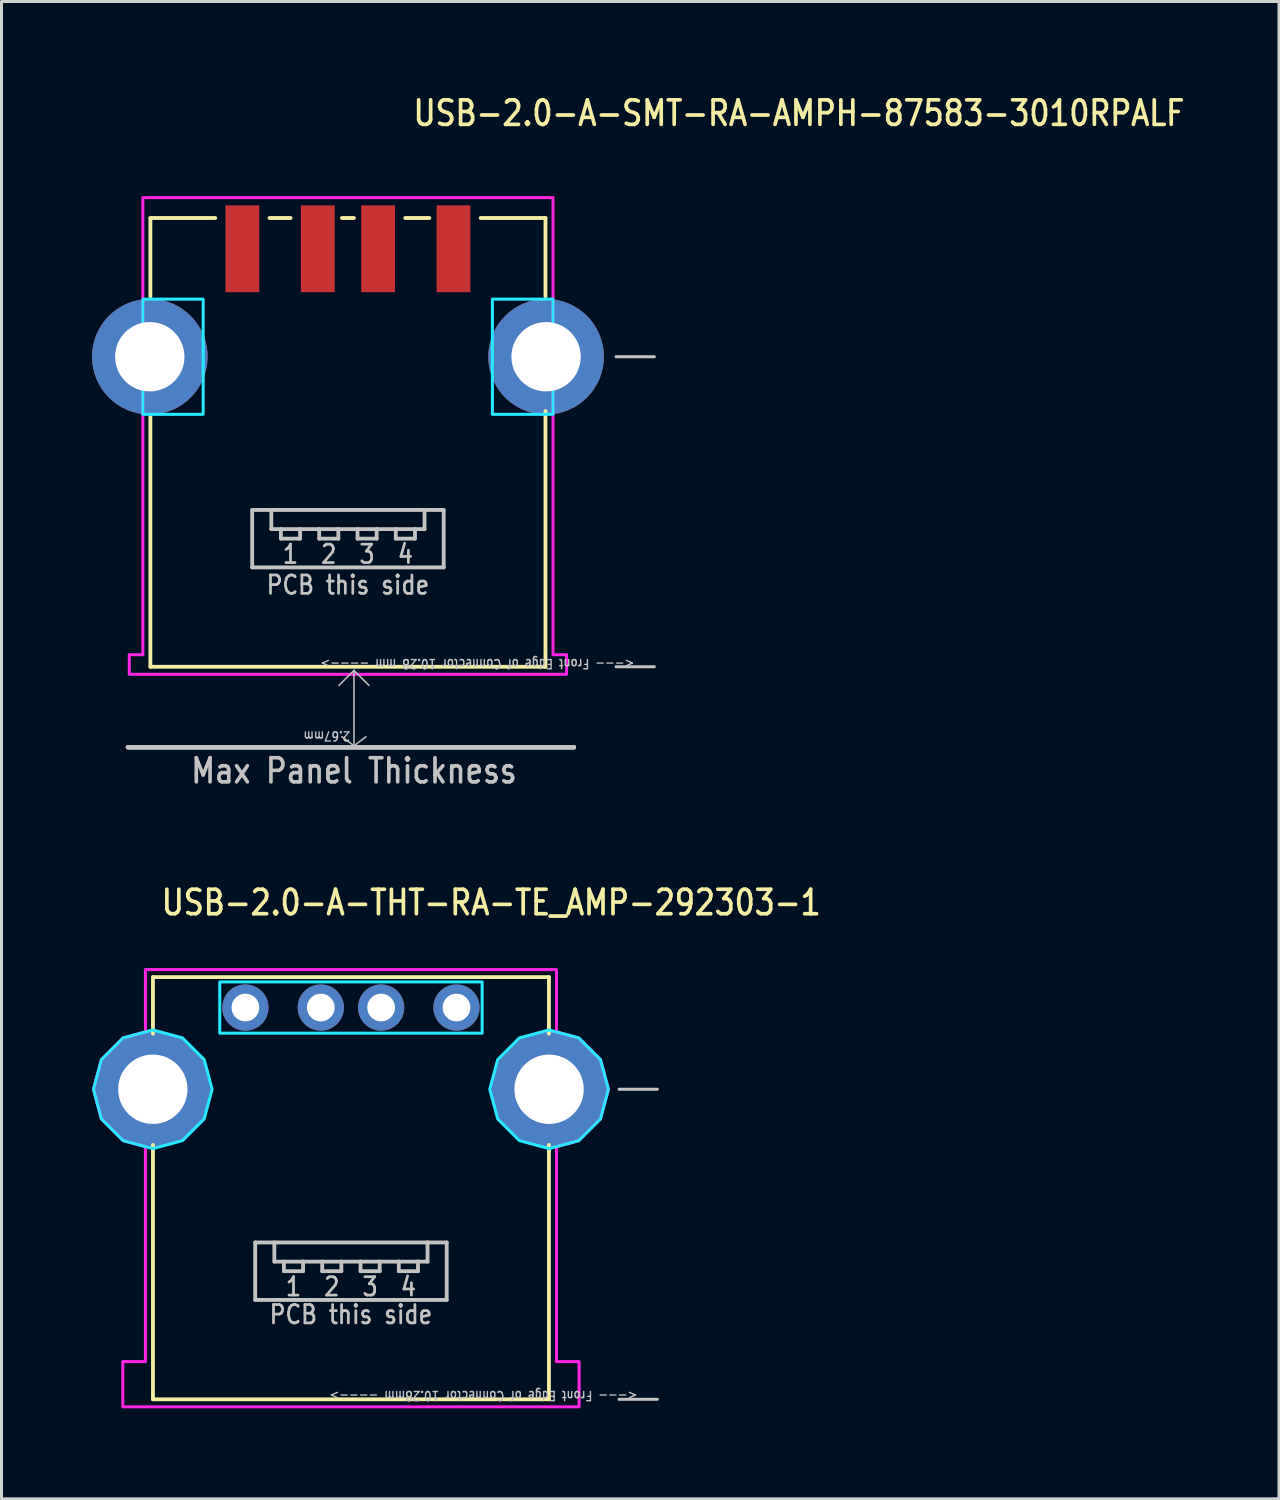
<source format=kicad_pcb>
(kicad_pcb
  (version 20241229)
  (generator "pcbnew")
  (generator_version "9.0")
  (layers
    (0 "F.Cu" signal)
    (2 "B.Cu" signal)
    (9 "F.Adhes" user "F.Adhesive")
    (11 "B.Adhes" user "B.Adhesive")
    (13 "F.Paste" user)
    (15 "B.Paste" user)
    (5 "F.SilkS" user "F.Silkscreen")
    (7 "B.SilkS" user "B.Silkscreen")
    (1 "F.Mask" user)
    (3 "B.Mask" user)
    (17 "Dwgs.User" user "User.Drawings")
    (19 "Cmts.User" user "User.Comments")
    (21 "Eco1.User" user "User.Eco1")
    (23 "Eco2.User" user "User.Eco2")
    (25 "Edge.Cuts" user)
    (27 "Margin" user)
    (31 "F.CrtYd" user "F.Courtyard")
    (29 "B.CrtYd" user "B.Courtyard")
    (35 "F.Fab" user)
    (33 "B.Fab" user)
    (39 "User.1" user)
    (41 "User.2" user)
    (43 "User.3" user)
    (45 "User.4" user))
  (footprint "USB-2.0-A-THT-RA-TE_AMP-292303-1"
    (layer "F.Cu")
    (at 8.587 33.069)
    (property "Reference" "USB-2.0-A-THT-RA-TE_AMP-292303-1" (at -6.35 -5.715 0) (unlocked yes) (layer "F.SilkS") (effects (font (size 0.813 0.695) (thickness 0.122)) (justify left bottom)))
    (fp_line (start -6.565 -3.72) (end 6.565 -3.72) (stroke (width 0.127) (type solid)) (layer "F.SilkS"))
    (fp_line (start -6.565 -1.844) (end -6.565 -3.72) (stroke (width 0.127) (type solid)) (layer "F.SilkS"))
    (fp_line (start -6.565 1.844) (end -6.565 10.28) (stroke (width 0.127) (type solid)) (layer "F.SilkS"))
    (fp_line (start -6.565 10.28) (end 6.565 10.28) (stroke (width 0.127) (type solid)) (layer "F.SilkS"))
    (fp_line (start 6.565 -3.72) (end 6.565 -1.844) (stroke (width 0.127) (type solid)) (layer "F.SilkS"))
    (fp_line (start 6.565 1.844) (end 6.565 10.28) (stroke (width 0.127) (type solid)) (layer "F.SilkS"))
    (fp_line (start -3.175 5.08) (end -2.54 5.08) (stroke (width 0.127) (type solid)) (layer "Dwgs.User"))
    (fp_line (start -3.175 6.985) (end -3.175 5.08) (stroke (width 0.127) (type solid)) (layer "Dwgs.User"))
    (fp_line (start -2.54 5.08) (end -2.54 5.715) (stroke (width 0.127) (type solid)) (layer "Dwgs.User"))
    (fp_line (start -2.54 5.08) (end 2.54 5.08) (stroke (width 0.127) (type solid)) (layer "Dwgs.User"))
    (fp_line (start -2.54 5.715) (end -2.223 5.715) (stroke (width 0.127) (type solid)) (layer "Dwgs.User"))
    (fp_line (start -2.223 5.715) (end -2.223 6.032) (stroke (width 0.127) (type solid)) (layer "Dwgs.User"))
    (fp_line (start -2.223 5.715) (end -1.587 5.715) (stroke (width 0.127) (type solid)) (layer "Dwgs.User"))
    (fp_line (start -2.223 6.032) (end -1.587 6.032) (stroke (width 0.127) (type solid)) (layer "Dwgs.User"))
    (fp_line (start -1.587 5.715) (end -0.953 5.715) (stroke (width 0.127) (type solid)) (layer "Dwgs.User"))
    (fp_line (start -1.587 6.032) (end -1.587 5.715) (stroke (width 0.127) (type solid)) (layer "Dwgs.User"))
    (fp_line (start -0.953 5.715) (end -0.953 6.032) (stroke (width 0.127) (type solid)) (layer "Dwgs.User"))
    (fp_line (start -0.953 5.715) (end -0.318 5.715) (stroke (width 0.127) (type solid)) (layer "Dwgs.User"))
    (fp_line (start -0.953 6.032) (end -0.318 6.032) (stroke (width 0.127) (type solid)) (layer "Dwgs.User"))
    (fp_line (start -0.318 5.715) (end 0.318 5.715) (stroke (width 0.127) (type solid)) (layer "Dwgs.User"))
    (fp_line (start -0.318 6.032) (end -0.318 5.715) (stroke (width 0.127) (type solid)) (layer "Dwgs.User"))
    (fp_line (start 0.318 5.715) (end 0.318 6.032) (stroke (width 0.127) (type solid)) (layer "Dwgs.User"))
    (fp_line (start 0.318 5.715) (end 0.953 5.715) (stroke (width 0.127) (type solid)) (layer "Dwgs.User"))
    (fp_line (start 0.318 6.032) (end 0.953 6.032) (stroke (width 0.127) (type solid)) (layer "Dwgs.User"))
    (fp_line (start 0.953 5.715) (end 1.587 5.715) (stroke (width 0.127) (type solid)) (layer "Dwgs.User"))
    (fp_line (start 0.953 6.032) (end 0.953 5.715) (stroke (width 0.127) (type solid)) (layer "Dwgs.User"))
    (fp_line (start 1.587 5.715) (end 1.587 6.032) (stroke (width 0.127) (type solid)) (layer "Dwgs.User"))
    (fp_line (start 1.587 5.715) (end 2.223 5.715) (stroke (width 0.127) (type solid)) (layer "Dwgs.User"))
    (fp_line (start 1.587 6.032) (end 2.223 6.032) (stroke (width 0.127) (type solid)) (layer "Dwgs.User"))
    (fp_line (start 2.223 5.715) (end 2.54 5.715) (stroke (width 0.127) (type solid)) (layer "Dwgs.User"))
    (fp_line (start 2.223 6.032) (end 2.223 5.715) (stroke (width 0.127) (type solid)) (layer "Dwgs.User"))
    (fp_line (start 2.54 5.08) (end 3.175 5.08) (stroke (width 0.127) (type solid)) (layer "Dwgs.User"))
    (fp_line (start 2.54 5.715) (end 2.54 5.08) (stroke (width 0.127) (type solid)) (layer "Dwgs.User"))
    (fp_line (start 3.175 5.08) (end 3.175 6.985) (stroke (width 0.127) (type solid)) (layer "Dwgs.User"))
    (fp_line (start 3.175 6.985) (end -3.175 6.985) (stroke (width 0.127) (type solid)) (layer "Dwgs.User"))
    (fp_line (start 8.89 0) (end 10.16 0) (stroke (width 0.1) (type solid)) (layer "Dwgs.User"))
    (fp_line (start 8.89 10.28) (end 10.16 10.28) (stroke (width 0.1) (type solid)) (layer "Dwgs.User"))
    (fp_poly (pts (xy -4.35 -1.86) (xy -4.35 -3.56) (xy 4.35 -3.56) (xy 4.35 -1.86)) (stroke (width 0.1) (type solid)) (fill no) (layer "B.CrtYd"))
    (fp_poly (pts (xy -4.603 0) (xy -4.867 -0.984) (xy -5.586 -1.703) (xy -6.57 -1.967) (xy -7.554 -1.703) (xy -8.273 -0.984) (xy -8.537 0) (xy -8.273 0.984) (xy -7.554 1.703) (xy -6.57 1.967) (xy -5.586 1.703) (xy -4.867 0.984)) (stroke (width 0.1) (type solid)) (fill no) (layer "B.CrtYd"))
    (fp_poly (pts (xy 8.537 0) (xy 8.273 -0.984) (xy 7.554 -1.703) (xy 6.57 -1.967) (xy 5.586 -1.703) (xy 4.867 -0.984) (xy 4.603 0) (xy 4.867 0.984) (xy 5.586 1.703) (xy 6.57 1.967) (xy 7.554 1.703) (xy 8.273 0.984)) (stroke (width 0.1) (type solid)) (fill no) (layer "B.CrtYd"))
    (fp_poly (pts (xy -6.815 -1.901) (xy -6.815 -3.97) (xy 6.815 -3.97) (xy 6.815 -1.901) (xy 7.554 -1.703) (xy 8.273 -0.984) (xy 8.537 0) (xy 8.273 0.984) (xy 7.554 1.703) (xy 6.815 1.901) (xy 6.815 9.03) (xy 7.565 9.03) (xy 7.565 10.53) (xy -7.565 10.53) (xy -7.565 9.03) (xy -6.815 9.03) (xy -6.815 1.901) (xy -7.554 1.703) (xy -8.273 0.984) (xy -8.537 0) (xy -8.273 -0.984) (xy -7.554 -1.703)) (stroke (width 0.1) (type solid)) (fill no) (layer "F.CrtYd"))
    (fp_text user "PCB this side" (at 0 7.112 0) (unlocked yes) (layer "Dwgs.User") (effects (font (size 0.61 0.521) (thickness 0.091)) (justify top)))
    (fp_text user "4" (at 1.905 6.191 0) (unlocked yes) (layer "Dwgs.User") (effects (font (size 0.61 0.521) (thickness 0.091)) (justify top)))
    (fp_text user "<--- Front Edge of Connector 10.28mm ---->" (at 9.525 10.16 180) (unlocked yes) (layer "Dwgs.User") (effects (font (size 0.305 0.261) (thickness 0.046)) (justify left)))
    (fp_text user "3" (at 0.635 6.191 0) (unlocked yes) (layer "Dwgs.User") (effects (font (size 0.61 0.521) (thickness 0.091)) (justify top)))
    (fp_text user "1" (at -1.905 6.191 0) (unlocked yes) (layer "Dwgs.User") (effects (font (size 0.61 0.521) (thickness 0.091)) (justify top)))
    (fp_text user "2" (at -0.635 6.191 0) (unlocked yes) (layer "Dwgs.User") (effects (font (size 0.61 0.521) (thickness 0.091)) (justify top)))
    (pad "1" thru_hole oval (at -3.5 -2.71) (size 1.533 1.533) (drill 0.92) (layers "*.Cu" "*.Mask"))
    (pad "2" thru_hole oval (at -1 -2.71) (size 1.533 1.533) (drill 0.92) (layers "*.Cu" "*.Mask"))
    (pad "3" thru_hole oval (at 1 -2.71) (size 1.533 1.533) (drill 0.92) (layers "*.Cu" "*.Mask"))
    (pad "4" thru_hole oval (at 3.5 -2.71) (size 1.533 1.533) (drill 0.92) (layers "*.Cu" "*.Mask"))
    (pad "S_1" thru_hole oval (at -6.57 0) (size 3.833 3.833) (drill 2.3) (layers "*.Cu" "*.Mask"))
    (pad "S_2" thru_hole oval (at 6.57 0) (size 3.833 3.833) (drill 2.3) (layers "*.Cu" "*.Mask")))
  (footprint "USB-2.0-A-SMT-RA-AMPH-87583-3010RPALF"
    (layer "F.Cu")
    (at 8.487 8.779)
    (property "Reference" "USB-2.0-A-SMT-RA-AMPH-87583-3010RPALF" (at 2.1 -7.6 0) (unlocked yes) (layer "F.SilkS") (effects (font (size 0.813 0.695) (thickness 0.122)) (justify left bottom)))
    (fp_line (start -6.55 -4.6) (end -4.4 -4.6) (stroke (width 0.127) (type solid)) (layer "F.SilkS"))
    (fp_line (start -6.55 -2) (end -6.55 -4.6) (stroke (width 0.127) (type solid)) (layer "F.SilkS"))
    (fp_line (start -6.55 10.28) (end -6.55 2) (stroke (width 0.127) (type solid)) (layer "F.SilkS"))
    (fp_line (start -6.55 10.28) (end 6.55 10.28) (stroke (width 0.127) (type solid)) (layer "F.SilkS"))
    (fp_line (start -2.6 -4.6) (end -1.9 -4.6) (stroke (width 0.127) (type solid)) (layer "F.SilkS"))
    (fp_line (start -0.2 -4.6) (end 0.2 -4.6) (stroke (width 0.127) (type solid)) (layer "F.SilkS"))
    (fp_line (start 1.9 -4.6) (end 2.7 -4.6) (stroke (width 0.127) (type solid)) (layer "F.SilkS"))
    (fp_line (start 4.4 -4.6) (end 6.55 -4.6) (stroke (width 0.127) (type solid)) (layer "F.SilkS"))
    (fp_line (start 6.55 -2) (end 6.55 -4.6) (stroke (width 0.127) (type solid)) (layer "F.SilkS"))
    (fp_line (start 6.55 10.28) (end 6.55 1.8) (stroke (width 0.127) (type solid)) (layer "F.SilkS"))
    (fp_line (start -7.3 12.95) (end 7.5 12.95) (stroke (width 0.127) (type solid)) (layer "Dwgs.User"))
    (fp_line (start -7.3 12.95) (end 7.5 12.95) (stroke (width 0.127) (type solid)) (layer "Dwgs.User"))
    (fp_line (start -7.3 12.95) (end 7.5 12.95) (stroke (width 0.127) (type solid)) (layer "Dwgs.User"))
    (fp_line (start -7.3 12.95) (end 7.5 12.95) (stroke (width 0.127) (type solid)) (layer "Dwgs.User"))
    (fp_line (start -7.3 12.95) (end 7.5 12.95) (stroke (width 0.127) (type solid)) (layer "Dwgs.User"))
    (fp_line (start -7.3 12.95) (end 7.5 12.95) (stroke (width 0.127) (type solid)) (layer "Dwgs.User"))
    (fp_line (start -7.3 12.95) (end 7.5 12.95) (stroke (width 0.127) (type solid)) (layer "Dwgs.User"))
    (fp_line (start -7.3 12.95) (end 7.5 12.95) (stroke (width 0.127) (type solid)) (layer "Dwgs.User"))
    (fp_line (start -3.175 5.08) (end -2.54 5.08) (stroke (width 0.127) (type solid)) (layer "Dwgs.User"))
    (fp_line (start -3.175 6.985) (end -3.175 5.08) (stroke (width 0.127) (type solid)) (layer "Dwgs.User"))
    (fp_line (start -2.54 5.08) (end -2.54 5.715) (stroke (width 0.127) (type solid)) (layer "Dwgs.User"))
    (fp_line (start -2.54 5.08) (end 2.54 5.08) (stroke (width 0.127) (type solid)) (layer "Dwgs.User"))
    (fp_line (start -2.54 5.715) (end -2.223 5.715) (stroke (width 0.127) (type solid)) (layer "Dwgs.User"))
    (fp_line (start -2.223 5.715) (end -2.223 6.032) (stroke (width 0.127) (type solid)) (layer "Dwgs.User"))
    (fp_line (start -2.223 5.715) (end -1.587 5.715) (stroke (width 0.127) (type solid)) (layer "Dwgs.User"))
    (fp_line (start -2.223 6.032) (end -1.587 6.032) (stroke (width 0.127) (type solid)) (layer "Dwgs.User"))
    (fp_line (start -1.587 5.715) (end -0.953 5.715) (stroke (width 0.127) (type solid)) (layer "Dwgs.User"))
    (fp_line (start -1.587 6.032) (end -1.587 5.715) (stroke (width 0.127) (type solid)) (layer "Dwgs.User"))
    (fp_line (start -0.953 5.715) (end -0.953 6.032) (stroke (width 0.127) (type solid)) (layer "Dwgs.User"))
    (fp_line (start -0.953 5.715) (end -0.318 5.715) (stroke (width 0.127) (type solid)) (layer "Dwgs.User"))
    (fp_line (start -0.953 6.032) (end -0.318 6.032) (stroke (width 0.127) (type solid)) (layer "Dwgs.User"))
    (fp_line (start -0.318 5.715) (end 0.318 5.715) (stroke (width 0.127) (type solid)) (layer "Dwgs.User"))
    (fp_line (start -0.318 6.032) (end -0.318 5.715) (stroke (width 0.127) (type solid)) (layer "Dwgs.User"))
    (fp_line (start 0.2 10.4) (end -0.3 10.9) (stroke (width 0.05) (type solid)) (layer "Dwgs.User"))
    (fp_line (start 0.2 10.4) (end 0.2 12.9) (stroke (width 0.05) (type solid)) (layer "Dwgs.User"))
    (fp_line (start 0.2 10.4) (end 0.7 10.9) (stroke (width 0.05) (type solid)) (layer "Dwgs.User"))
    (fp_line (start 0.2 12.9) (end -0.2 12.6) (stroke (width 0.05) (type solid)) (layer "Dwgs.User"))
    (fp_line (start 0.2 12.9) (end 0.6 12.6) (stroke (width 0.05) (type solid)) (layer "Dwgs.User"))
    (fp_line (start 0.318 5.715) (end 0.318 6.032) (stroke (width 0.127) (type solid)) (layer "Dwgs.User"))
    (fp_line (start 0.318 5.715) (end 0.953 5.715) (stroke (width 0.127) (type solid)) (layer "Dwgs.User"))
    (fp_line (start 0.318 6.032) (end 0.953 6.032) (stroke (width 0.127) (type solid)) (layer "Dwgs.User"))
    (fp_line (start 0.953 5.715) (end 1.587 5.715) (stroke (width 0.127) (type solid)) (layer "Dwgs.User"))
    (fp_line (start 0.953 6.032) (end 0.953 5.715) (stroke (width 0.127) (type solid)) (layer "Dwgs.User"))
    (fp_line (start 1.587 5.715) (end 1.587 6.032) (stroke (width 0.127) (type solid)) (layer "Dwgs.User"))
    (fp_line (start 1.587 5.715) (end 2.223 5.715) (stroke (width 0.127) (type solid)) (layer "Dwgs.User"))
    (fp_line (start 1.587 6.032) (end 2.223 6.032) (stroke (width 0.127) (type solid)) (layer "Dwgs.User"))
    (fp_line (start 2.223 5.715) (end 2.54 5.715) (stroke (width 0.127) (type solid)) (layer "Dwgs.User"))
    (fp_line (start 2.223 6.032) (end 2.223 5.715) (stroke (width 0.127) (type solid)) (layer "Dwgs.User"))
    (fp_line (start 2.54 5.08) (end 3.175 5.08) (stroke (width 0.127) (type solid)) (layer "Dwgs.User"))
    (fp_line (start 2.54 5.715) (end 2.54 5.08) (stroke (width 0.127) (type solid)) (layer "Dwgs.User"))
    (fp_line (start 3.175 5.08) (end 3.175 6.985) (stroke (width 0.127) (type solid)) (layer "Dwgs.User"))
    (fp_line (start 3.175 6.985) (end -3.175 6.985) (stroke (width 0.127) (type solid)) (layer "Dwgs.User"))
    (fp_line (start 8.89 0) (end 10.16 0) (stroke (width 0.1) (type solid)) (layer "Dwgs.User"))
    (fp_line (start 8.89 10.28) (end 10.16 10.28) (stroke (width 0.1) (type solid)) (layer "Dwgs.User"))
    (fp_poly (pts (xy -6.8 -1.91) (xy -4.8 -1.91) (xy -4.8 1.91) (xy -6.8 1.91)) (stroke (width 0.1) (type solid)) (fill no) (layer "B.CrtYd"))
    (fp_poly (pts (xy 4.79 -1.91) (xy 6.8 -1.91) (xy 6.8 1.91) (xy 4.79 1.91)) (stroke (width 0.1) (type solid)) (fill no) (layer "B.CrtYd"))
    (fp_poly (pts (xy 7.25 10.53) (xy -7.25 10.53) (xy -7.25 9.88) (xy -6.8 9.88) (xy -6.8 1.91) (xy -6.8 -1.91) (xy -6.8 -5.275) (xy 6.8 -5.275) (xy 6.8 -1.91) (xy 6.8 1.91) (xy 6.8 9.88) (xy 7.25 9.88)) (stroke (width 0.1) (type solid)) (fill no) (layer "F.CrtYd"))
    (fp_text user "3" (at 0.635 6.191 0) (unlocked yes) (layer "Dwgs.User") (effects (font (size 0.61 0.521) (thickness 0.091)) (justify top)))
    (fp_text user "Max Panel Thickness" (at 0.2 14.2 0) (unlocked yes) (layer "Dwgs.User") (effects (font (size 0.8 0.684) (thickness 0.12)) (justify bottom)))
    (fp_text user "4" (at 1.905 6.191 0) (unlocked yes) (layer "Dwgs.User") (effects (font (size 0.61 0.521) (thickness 0.091)) (justify top)))
    (fp_text user "<--- Front Edge of Connector 10.28 mm ---->" (at 9.525 10.18 180) (unlocked yes) (layer "Dwgs.User") (effects (font (size 0.305 0.261) (thickness 0.046)) (justify left)))
    (fp_text user "PCB this side" (at 0 7.212 0) (unlocked yes) (layer "Dwgs.User") (effects (font (size 0.61 0.521) (thickness 0.091)) (justify top)))
    (fp_text user "1" (at -1.905 6.191 0) (unlocked yes) (layer "Dwgs.User") (effects (font (size 0.61 0.521) (thickness 0.091)) (justify top)))
    (fp_text user "2" (at -0.635 6.191 0) (unlocked yes) (layer "Dwgs.User") (effects (font (size 0.61 0.521) (thickness 0.091)) (justify top)))
    (fp_text user "2.67mm" (at 0.1 12.4 180) (unlocked yes) (layer "Dwgs.User") (effects (font (size 0.3 0.257) (thickness 0.045)) (justify left bottom)))
    (pad "1" smd rect (at -3.5 -3.58) (size 1.12 2.88) (layers "F.Cu" "F.Mask" "F.Paste"))
    (pad "2" smd rect (at -1 -3.58) (size 1.12 2.88) (layers "F.Cu" "F.Mask" "F.Paste"))
    (pad "3" smd rect (at 1 -3.58) (size 1.12 2.88) (layers "F.Cu" "F.Mask" "F.Paste"))
    (pad "4" smd rect (at 3.5 -3.58) (size 1.12 2.88) (layers "F.Cu" "F.Mask" "F.Paste"))
    (pad "S_1" thru_hole oval (at -6.57 0) (size 3.833 3.833) (drill 2.3) (layers "*.Cu" "*.Mask"))
    (pad "S_2" thru_hole oval (at 6.57 0) (size 3.833 3.833) (drill 2.3) (layers "*.Cu" "*.Mask")))
  (gr_rect
    (start -3 -3)
    (end 39.361 46.649)
    (stroke (width 0.1) (type default))
    (fill no)
    (layer "Edge.Cuts")))
</source>
